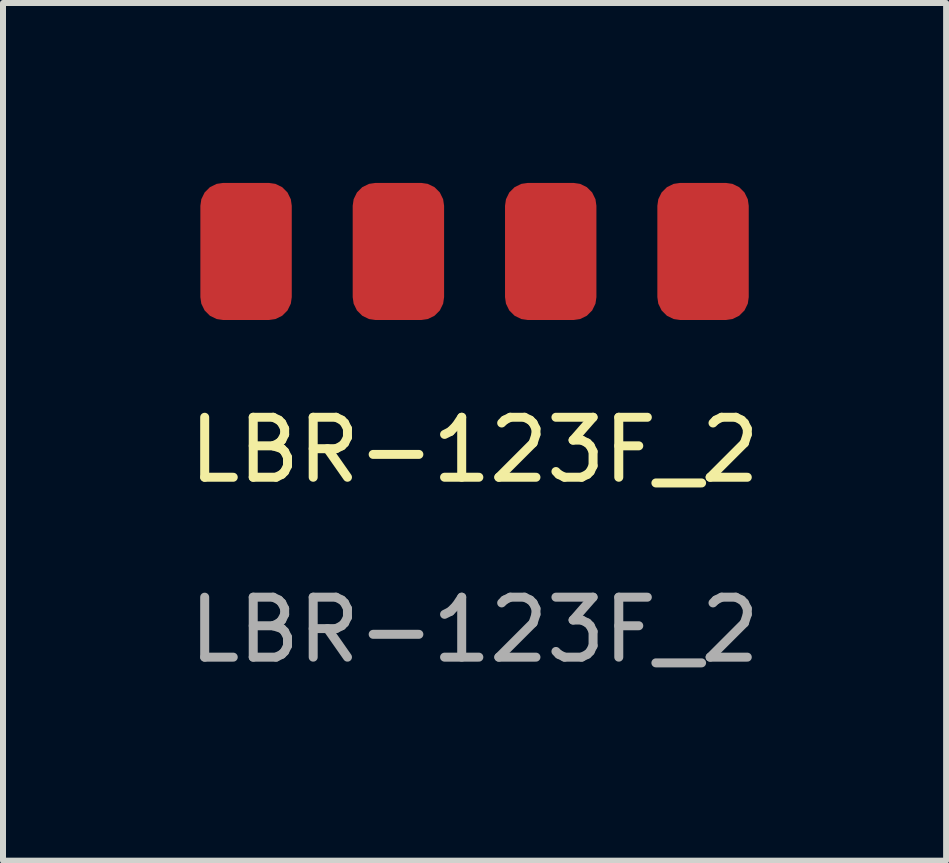
<source format=kicad_pcb>
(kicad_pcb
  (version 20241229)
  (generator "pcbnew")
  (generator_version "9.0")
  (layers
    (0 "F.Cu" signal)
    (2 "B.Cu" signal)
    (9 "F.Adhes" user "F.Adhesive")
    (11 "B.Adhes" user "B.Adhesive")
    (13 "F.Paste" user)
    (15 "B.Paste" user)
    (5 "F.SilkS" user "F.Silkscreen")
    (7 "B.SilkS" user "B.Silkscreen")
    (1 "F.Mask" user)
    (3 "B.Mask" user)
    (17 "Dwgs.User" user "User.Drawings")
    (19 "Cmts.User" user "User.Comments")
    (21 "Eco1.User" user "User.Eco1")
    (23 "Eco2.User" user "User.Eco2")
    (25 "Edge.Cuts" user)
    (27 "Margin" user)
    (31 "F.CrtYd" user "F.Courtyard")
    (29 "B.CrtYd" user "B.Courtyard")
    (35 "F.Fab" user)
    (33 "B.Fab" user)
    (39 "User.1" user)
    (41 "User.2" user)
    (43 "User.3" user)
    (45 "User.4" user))
  (footprint "LBR-123F_2"
    (layer "F.Cu")
    (at 4.863 4.953)
    (property "Reference" "LBR-123F_2" (at 0 -0.5 0) (unlocked yes) (layer "F.SilkS") (effects (font (size 1 1) (thickness 0.15))))
    (attr smd)
    (fp_text user "${REFERENCE}" (at 0 2.5 0) (unlocked yes) (layer "F.Fab") (effects (font (size 1 1) (thickness 0.15))))
    (pad "1" smd roundrect (at -3.81 -3.81 90) (size 2.286 1.524) (layers "F.Cu" "F.Mask" "F.Paste") (roundrect_rratio 0.25))
    (pad "2" smd roundrect (at -1.27 -3.81 90) (size 2.286 1.524) (layers "F.Cu" "F.Mask" "F.Paste") (roundrect_rratio 0.25))
    (pad "3" smd roundrect (at 1.27 -3.81 270) (size 2.286 1.524) (layers "F.Cu" "F.Mask" "F.Paste") (roundrect_rratio 0.25))
    (pad "4" smd roundrect (at 3.81 -3.81 90) (size 2.286 1.524) (layers "F.Cu" "F.Mask" "F.Paste") (roundrect_rratio 0.25)))
  (gr_rect
    (start -3 -3)
    (end 12.726 11.301)
    (stroke (width 0.1) (type default))
    (fill no)
    (layer "Edge.Cuts")))
</source>
